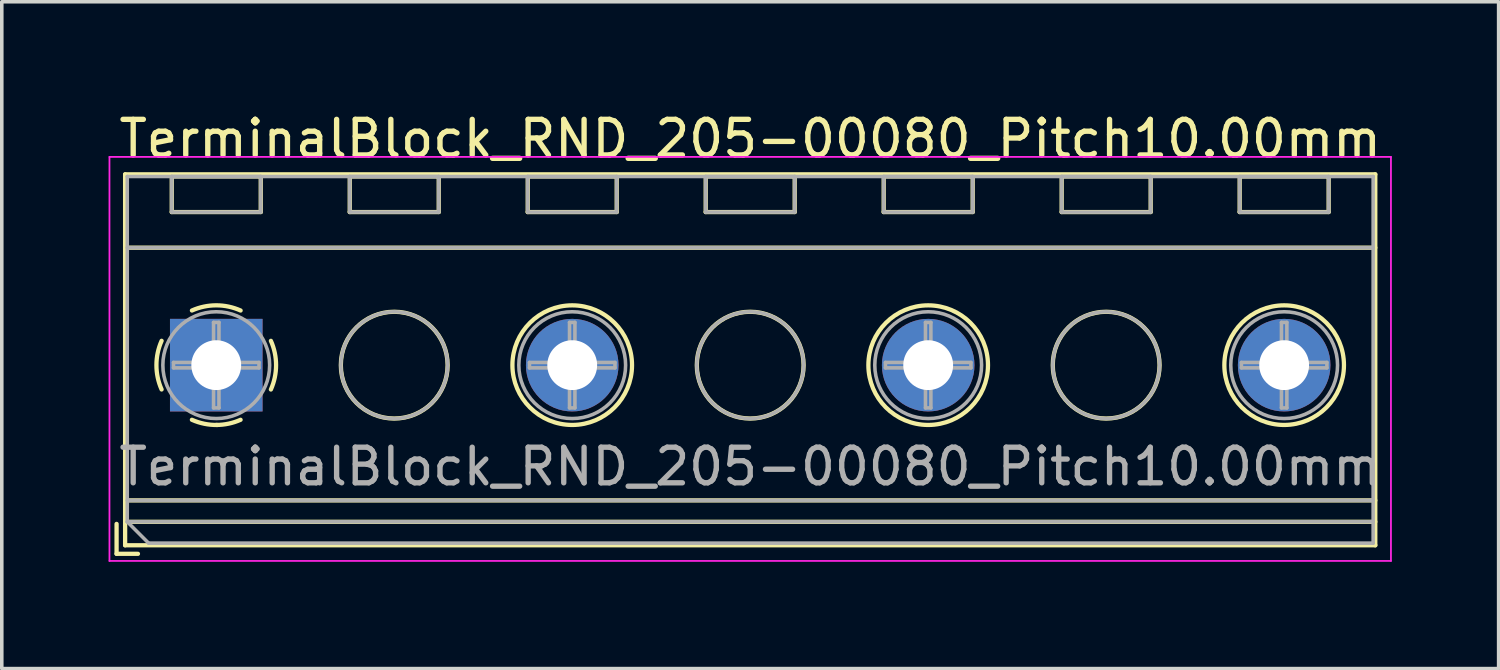
<source format=kicad_pcb>
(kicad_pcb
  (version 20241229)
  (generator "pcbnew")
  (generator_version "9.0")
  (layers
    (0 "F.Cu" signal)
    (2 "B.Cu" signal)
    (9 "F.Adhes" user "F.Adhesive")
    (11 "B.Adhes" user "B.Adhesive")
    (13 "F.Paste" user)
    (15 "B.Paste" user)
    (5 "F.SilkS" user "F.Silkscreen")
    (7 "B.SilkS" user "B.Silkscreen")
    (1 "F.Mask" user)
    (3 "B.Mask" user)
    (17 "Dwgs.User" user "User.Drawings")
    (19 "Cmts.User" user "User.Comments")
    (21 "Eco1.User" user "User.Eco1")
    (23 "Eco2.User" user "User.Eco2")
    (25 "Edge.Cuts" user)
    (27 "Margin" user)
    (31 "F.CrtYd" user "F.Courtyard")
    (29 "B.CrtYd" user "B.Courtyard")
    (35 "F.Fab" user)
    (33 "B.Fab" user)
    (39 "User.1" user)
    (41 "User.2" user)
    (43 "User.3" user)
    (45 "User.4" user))
  (footprint "TerminalBlock_RND_205-00080_Pitch10.00mm"
    (layer "F.Cu")
    (at 3.025 7.208)
    (property "Reference" "TerminalBlock_RND_205-00080_Pitch10.00mm" (at 15 -6.36 0) (layer "F.SilkS") (effects (font (size 1 1) (thickness 0.15))))
    (attr through_hole)
    (fp_line (start -2.8 4.46) (end -2.8 5.3) (stroke (width 0.12) (type solid)) (layer "F.SilkS"))
    (fp_line (start -2.8 5.3) (end -2.2 5.3) (stroke (width 0.12) (type solid)) (layer "F.SilkS"))
    (fp_line (start -2.56 -5.36) (end -2.56 5.06) (stroke (width 0.12) (type solid)) (layer "F.SilkS"))
    (fp_line (start -2.56 -3.3) (end 32.56 -3.3) (stroke (width 0.12) (type solid)) (layer "F.SilkS"))
    (fp_line (start -2.56 3.8) (end 32.56 3.8) (stroke (width 0.12) (type solid)) (layer "F.SilkS"))
    (fp_line (start -2.56 4.4) (end 32.56 4.4) (stroke (width 0.12) (type solid)) (layer "F.SilkS"))
    (fp_line (start -2.56 5.06) (end 32.56 5.06) (stroke (width 0.12) (type solid)) (layer "F.SilkS"))
    (fp_line (start -1.25 -5.301) (end -1.25 -4.301) (stroke (width 0.12) (type solid)) (layer "F.SilkS"))
    (fp_line (start -1.25 -5.301) (end 1.25 -5.301) (stroke (width 0.12) (type solid)) (layer "F.SilkS"))
    (fp_line (start -1.25 -4.301) (end 1.25 -4.301) (stroke (width 0.12) (type solid)) (layer "F.SilkS"))
    (fp_line (start 1.25 -5.301) (end 1.25 -4.301) (stroke (width 0.12) (type solid)) (layer "F.SilkS"))
    (fp_line (start 3.75 -5.301) (end 3.75 -4.301) (stroke (width 0.12) (type solid)) (layer "F.SilkS"))
    (fp_line (start 3.75 -5.301) (end 6.25 -5.301) (stroke (width 0.12) (type solid)) (layer "F.SilkS"))
    (fp_line (start 3.75 -4.301) (end 6.25 -4.301) (stroke (width 0.12) (type solid)) (layer "F.SilkS"))
    (fp_line (start 6.25 -5.301) (end 6.25 -4.301) (stroke (width 0.12) (type solid)) (layer "F.SilkS"))
    (fp_line (start 8.75 -5.301) (end 8.75 -4.301) (stroke (width 0.12) (type solid)) (layer "F.SilkS"))
    (fp_line (start 8.75 -5.301) (end 11.25 -5.301) (stroke (width 0.12) (type solid)) (layer "F.SilkS"))
    (fp_line (start 8.75 -4.301) (end 11.25 -4.301) (stroke (width 0.12) (type solid)) (layer "F.SilkS"))
    (fp_line (start 11.25 -5.301) (end 11.25 -4.301) (stroke (width 0.12) (type solid)) (layer "F.SilkS"))
    (fp_line (start 13.75 -5.301) (end 13.75 -4.301) (stroke (width 0.12) (type solid)) (layer "F.SilkS"))
    (fp_line (start 13.75 -5.301) (end 16.25 -5.301) (stroke (width 0.12) (type solid)) (layer "F.SilkS"))
    (fp_line (start 13.75 -4.301) (end 16.25 -4.301) (stroke (width 0.12) (type solid)) (layer "F.SilkS"))
    (fp_line (start 16.25 -5.301) (end 16.25 -4.301) (stroke (width 0.12) (type solid)) (layer "F.SilkS"))
    (fp_line (start 18.75 -5.301) (end 18.75 -4.301) (stroke (width 0.12) (type solid)) (layer "F.SilkS"))
    (fp_line (start 18.75 -5.301) (end 21.25 -5.301) (stroke (width 0.12) (type solid)) (layer "F.SilkS"))
    (fp_line (start 18.75 -4.301) (end 21.25 -4.301) (stroke (width 0.12) (type solid)) (layer "F.SilkS"))
    (fp_line (start 21.25 -5.301) (end 21.25 -4.301) (stroke (width 0.12) (type solid)) (layer "F.SilkS"))
    (fp_line (start 23.75 -5.301) (end 23.75 -4.301) (stroke (width 0.12) (type solid)) (layer "F.SilkS"))
    (fp_line (start 23.75 -5.301) (end 26.25 -5.301) (stroke (width 0.12) (type solid)) (layer "F.SilkS"))
    (fp_line (start 23.75 -4.301) (end 26.25 -4.301) (stroke (width 0.12) (type solid)) (layer "F.SilkS"))
    (fp_line (start 26.25 -5.301) (end 26.25 -4.301) (stroke (width 0.12) (type solid)) (layer "F.SilkS"))
    (fp_line (start 28.75 -5.301) (end 28.75 -4.301) (stroke (width 0.12) (type solid)) (layer "F.SilkS"))
    (fp_line (start 28.75 -5.301) (end 31.25 -5.301) (stroke (width 0.12) (type solid)) (layer "F.SilkS"))
    (fp_line (start 28.75 -4.301) (end 31.25 -4.301) (stroke (width 0.12) (type solid)) (layer "F.SilkS"))
    (fp_line (start 31.25 -5.301) (end 31.25 -4.301) (stroke (width 0.12) (type solid)) (layer "F.SilkS"))
    (fp_line (start 32.56 -5.36) (end -2.56 -5.36) (stroke (width 0.12) (type solid)) (layer "F.SilkS"))
    (fp_line (start 32.56 5.06) (end 32.56 -5.36) (stroke (width 0.12) (type solid)) (layer "F.SilkS"))
    (fp_arc (start -1.535427 0.683042) (mid -1.680501 -0.000524) (end -1.535 -0.684) (stroke (width 0.12) (type solid)) (layer "F.SilkS"))
    (fp_arc (start -0.683042 -1.535427) (mid 0.000524 -1.680501) (end 0.684 -1.535) (stroke (width 0.12) (type solid)) (layer "F.SilkS"))
    (fp_arc (start 0.028805 1.680253) (mid -0.335551 1.646659) (end -0.684 1.535) (stroke (width 0.12) (type solid)) (layer "F.SilkS"))
    (fp_arc (start 0.683318 1.534756) (mid 0.349292 1.643288) (end 0 1.68) (stroke (width 0.12) (type solid)) (layer "F.SilkS"))
    (fp_arc (start 1.535427 -0.683042) (mid 1.680501 0.000524) (end 1.535 0.684) (stroke (width 0.12) (type solid)) (layer "F.SilkS"))
    (fp_circle (center 5 0) (end 6.5 0) (stroke (width 0.12) (type solid)) (fill no) (layer "F.SilkS"))
    (fp_circle (center 10 0) (end 11.68 0) (stroke (width 0.12) (type solid)) (fill no) (layer "F.SilkS"))
    (fp_circle (center 15 0) (end 16.5 0) (stroke (width 0.12) (type solid)) (fill no) (layer "F.SilkS"))
    (fp_circle (center 20 0) (end 21.68 0) (stroke (width 0.12) (type solid)) (fill no) (layer "F.SilkS"))
    (fp_circle (center 25 0) (end 26.5 0) (stroke (width 0.12) (type solid)) (fill no) (layer "F.SilkS"))
    (fp_circle (center 30 0) (end 31.68 0) (stroke (width 0.12) (type solid)) (fill no) (layer "F.SilkS"))
    (fp_line (start -3 -5.85) (end -3 5.5) (stroke (width 0.05) (type solid)) (layer "F.CrtYd"))
    (fp_line (start -3 5.5) (end 33 5.5) (stroke (width 0.05) (type solid)) (layer "F.CrtYd"))
    (fp_line (start 33 -5.85) (end -3 -5.85) (stroke (width 0.05) (type solid)) (layer "F.CrtYd"))
    (fp_line (start 33 5.5) (end 33 -5.85) (stroke (width 0.05) (type solid)) (layer "F.CrtYd"))
    (fp_line (start -2.5 -5.3) (end 32.5 -5.3) (stroke (width 0.1) (type solid)) (layer "F.Fab"))
    (fp_line (start -2.5 -3.3) (end 32.5 -3.3) (stroke (width 0.1) (type solid)) (layer "F.Fab"))
    (fp_line (start -2.5 3.8) (end 32.5 3.8) (stroke (width 0.1) (type solid)) (layer "F.Fab"))
    (fp_line (start -2.5 4.4) (end -2.5 -5.3) (stroke (width 0.1) (type solid)) (layer "F.Fab"))
    (fp_line (start -2.5 4.4) (end 32.5 4.4) (stroke (width 0.1) (type solid)) (layer "F.Fab"))
    (fp_line (start -1.9 5) (end -2.5 4.4) (stroke (width 0.1) (type solid)) (layer "F.Fab"))
    (fp_line (start -1.25 -5.3) (end -1.25 -4.3) (stroke (width 0.1) (type solid)) (layer "F.Fab"))
    (fp_line (start -1.25 -4.3) (end 1.25 -4.3) (stroke (width 0.1) (type solid)) (layer "F.Fab"))
    (fp_line (start -1.201 -0.076) (end -0.076 -0.076) (stroke (width 0.1) (type solid)) (layer "F.Fab"))
    (fp_line (start -1.201 0.076) (end -1.201 -0.076) (stroke (width 0.1) (type solid)) (layer "F.Fab"))
    (fp_line (start -0.076 -1.201) (end 0.076 -1.201) (stroke (width 0.1) (type solid)) (layer "F.Fab"))
    (fp_line (start -0.076 -0.076) (end -0.076 -1.201) (stroke (width 0.1) (type solid)) (layer "F.Fab"))
    (fp_line (start -0.076 0.076) (end -1.201 0.076) (stroke (width 0.1) (type solid)) (layer "F.Fab"))
    (fp_line (start -0.076 1.201) (end -0.076 0.076) (stroke (width 0.1) (type solid)) (layer "F.Fab"))
    (fp_line (start 0.076 -1.201) (end 0.076 -0.076) (stroke (width 0.1) (type solid)) (layer "F.Fab"))
    (fp_line (start 0.076 -0.076) (end 1.201 -0.076) (stroke (width 0.1) (type solid)) (layer "F.Fab"))
    (fp_line (start 0.076 0.076) (end 0.076 1.201) (stroke (width 0.1) (type solid)) (layer "F.Fab"))
    (fp_line (start 0.076 1.201) (end -0.076 1.201) (stroke (width 0.1) (type solid)) (layer "F.Fab"))
    (fp_line (start 1.201 -0.076) (end 1.201 0.076) (stroke (width 0.1) (type solid)) (layer "F.Fab"))
    (fp_line (start 1.201 0.076) (end 0.076 0.076) (stroke (width 0.1) (type solid)) (layer "F.Fab"))
    (fp_line (start 1.25 -5.3) (end -1.25 -5.3) (stroke (width 0.1) (type solid)) (layer "F.Fab"))
    (fp_line (start 1.25 -4.3) (end 1.25 -5.3) (stroke (width 0.1) (type solid)) (layer "F.Fab"))
    (fp_line (start 3.75 -5.3) (end 3.75 -4.3) (stroke (width 0.1) (type solid)) (layer "F.Fab"))
    (fp_line (start 3.75 -4.3) (end 6.25 -4.3) (stroke (width 0.1) (type solid)) (layer "F.Fab"))
    (fp_line (start 6.25 -5.3) (end 3.75 -5.3) (stroke (width 0.1) (type solid)) (layer "F.Fab"))
    (fp_line (start 6.25 -4.3) (end 6.25 -5.3) (stroke (width 0.1) (type solid)) (layer "F.Fab"))
    (fp_line (start 8.75 -5.3) (end 8.75 -4.3) (stroke (width 0.1) (type solid)) (layer "F.Fab"))
    (fp_line (start 8.75 -4.3) (end 11.25 -4.3) (stroke (width 0.1) (type solid)) (layer "F.Fab"))
    (fp_line (start 8.799 -0.076) (end 9.924 -0.076) (stroke (width 0.1) (type solid)) (layer "F.Fab"))
    (fp_line (start 8.799 0.076) (end 8.799 -0.076) (stroke (width 0.1) (type solid)) (layer "F.Fab"))
    (fp_line (start 9.924 -1.201) (end 10.076 -1.201) (stroke (width 0.1) (type solid)) (layer "F.Fab"))
    (fp_line (start 9.924 -0.076) (end 9.924 -1.201) (stroke (width 0.1) (type solid)) (layer "F.Fab"))
    (fp_line (start 9.924 0.076) (end 8.799 0.076) (stroke (width 0.1) (type solid)) (layer "F.Fab"))
    (fp_line (start 9.924 1.201) (end 9.924 0.076) (stroke (width 0.1) (type solid)) (layer "F.Fab"))
    (fp_line (start 10.076 -1.201) (end 10.076 -0.076) (stroke (width 0.1) (type solid)) (layer "F.Fab"))
    (fp_line (start 10.076 -0.076) (end 11.201 -0.076) (stroke (width 0.1) (type solid)) (layer "F.Fab"))
    (fp_line (start 10.076 0.076) (end 10.076 1.201) (stroke (width 0.1) (type solid)) (layer "F.Fab"))
    (fp_line (start 10.076 1.201) (end 9.924 1.201) (stroke (width 0.1) (type solid)) (layer "F.Fab"))
    (fp_line (start 11.201 -0.076) (end 11.201 0.076) (stroke (width 0.1) (type solid)) (layer "F.Fab"))
    (fp_line (start 11.201 0.076) (end 10.076 0.076) (stroke (width 0.1) (type solid)) (layer "F.Fab"))
    (fp_line (start 11.25 -5.3) (end 8.75 -5.3) (stroke (width 0.1) (type solid)) (layer "F.Fab"))
    (fp_line (start 11.25 -4.3) (end 11.25 -5.3) (stroke (width 0.1) (type solid)) (layer "F.Fab"))
    (fp_line (start 13.75 -5.3) (end 13.75 -4.3) (stroke (width 0.1) (type solid)) (layer "F.Fab"))
    (fp_line (start 13.75 -4.3) (end 16.25 -4.3) (stroke (width 0.1) (type solid)) (layer "F.Fab"))
    (fp_line (start 16.25 -5.3) (end 13.75 -5.3) (stroke (width 0.1) (type solid)) (layer "F.Fab"))
    (fp_line (start 16.25 -4.3) (end 16.25 -5.3) (stroke (width 0.1) (type solid)) (layer "F.Fab"))
    (fp_line (start 18.75 -5.3) (end 18.75 -4.3) (stroke (width 0.1) (type solid)) (layer "F.Fab"))
    (fp_line (start 18.75 -4.3) (end 21.25 -4.3) (stroke (width 0.1) (type solid)) (layer "F.Fab"))
    (fp_line (start 18.799 -0.076) (end 19.924 -0.076) (stroke (width 0.1) (type solid)) (layer "F.Fab"))
    (fp_line (start 18.799 0.076) (end 18.799 -0.076) (stroke (width 0.1) (type solid)) (layer "F.Fab"))
    (fp_line (start 19.924 -1.201) (end 20.076 -1.201) (stroke (width 0.1) (type solid)) (layer "F.Fab"))
    (fp_line (start 19.924 -0.076) (end 19.924 -1.201) (stroke (width 0.1) (type solid)) (layer "F.Fab"))
    (fp_line (start 19.924 0.076) (end 18.799 0.076) (stroke (width 0.1) (type solid)) (layer "F.Fab"))
    (fp_line (start 19.924 1.201) (end 19.924 0.076) (stroke (width 0.1) (type solid)) (layer "F.Fab"))
    (fp_line (start 20.076 -1.201) (end 20.076 -0.076) (stroke (width 0.1) (type solid)) (layer "F.Fab"))
    (fp_line (start 20.076 -0.076) (end 21.201 -0.076) (stroke (width 0.1) (type solid)) (layer "F.Fab"))
    (fp_line (start 20.076 0.076) (end 20.076 1.201) (stroke (width 0.1) (type solid)) (layer "F.Fab"))
    (fp_line (start 20.076 1.201) (end 19.924 1.201) (stroke (width 0.1) (type solid)) (layer "F.Fab"))
    (fp_line (start 21.201 -0.076) (end 21.201 0.076) (stroke (width 0.1) (type solid)) (layer "F.Fab"))
    (fp_line (start 21.201 0.076) (end 20.076 0.076) (stroke (width 0.1) (type solid)) (layer "F.Fab"))
    (fp_line (start 21.25 -5.3) (end 18.75 -5.3) (stroke (width 0.1) (type solid)) (layer "F.Fab"))
    (fp_line (start 21.25 -4.3) (end 21.25 -5.3) (stroke (width 0.1) (type solid)) (layer "F.Fab"))
    (fp_line (start 23.75 -5.3) (end 23.75 -4.3) (stroke (width 0.1) (type solid)) (layer "F.Fab"))
    (fp_line (start 23.75 -4.3) (end 26.25 -4.3) (stroke (width 0.1) (type solid)) (layer "F.Fab"))
    (fp_line (start 26.25 -5.3) (end 23.75 -5.3) (stroke (width 0.1) (type solid)) (layer "F.Fab"))
    (fp_line (start 26.25 -4.3) (end 26.25 -5.3) (stroke (width 0.1) (type solid)) (layer "F.Fab"))
    (fp_line (start 28.75 -5.3) (end 28.75 -4.3) (stroke (width 0.1) (type solid)) (layer "F.Fab"))
    (fp_line (start 28.75 -4.3) (end 31.25 -4.3) (stroke (width 0.1) (type solid)) (layer "F.Fab"))
    (fp_line (start 28.799 -0.076) (end 29.924 -0.076) (stroke (width 0.1) (type solid)) (layer "F.Fab"))
    (fp_line (start 28.799 0.076) (end 28.799 -0.076) (stroke (width 0.1) (type solid)) (layer "F.Fab"))
    (fp_line (start 29.924 -1.201) (end 30.076 -1.201) (stroke (width 0.1) (type solid)) (layer "F.Fab"))
    (fp_line (start 29.924 -0.076) (end 29.924 -1.201) (stroke (width 0.1) (type solid)) (layer "F.Fab"))
    (fp_line (start 29.924 0.076) (end 28.799 0.076) (stroke (width 0.1) (type solid)) (layer "F.Fab"))
    (fp_line (start 29.924 1.201) (end 29.924 0.076) (stroke (width 0.1) (type solid)) (layer "F.Fab"))
    (fp_line (start 30.076 -1.201) (end 30.076 -0.076) (stroke (width 0.1) (type solid)) (layer "F.Fab"))
    (fp_line (start 30.076 -0.076) (end 31.201 -0.076) (stroke (width 0.1) (type solid)) (layer "F.Fab"))
    (fp_line (start 30.076 0.076) (end 30.076 1.201) (stroke (width 0.1) (type solid)) (layer "F.Fab"))
    (fp_line (start 30.076 1.201) (end 29.924 1.201) (stroke (width 0.1) (type solid)) (layer "F.Fab"))
    (fp_line (start 31.201 -0.076) (end 31.201 0.076) (stroke (width 0.1) (type solid)) (layer "F.Fab"))
    (fp_line (start 31.201 0.076) (end 30.076 0.076) (stroke (width 0.1) (type solid)) (layer "F.Fab"))
    (fp_line (start 31.25 -5.3) (end 28.75 -5.3) (stroke (width 0.1) (type solid)) (layer "F.Fab"))
    (fp_line (start 31.25 -4.3) (end 31.25 -5.3) (stroke (width 0.1) (type solid)) (layer "F.Fab"))
    (fp_line (start 32.5 -5.3) (end 32.5 5) (stroke (width 0.1) (type solid)) (layer "F.Fab"))
    (fp_line (start 32.5 5) (end -1.9 5) (stroke (width 0.1) (type solid)) (layer "F.Fab"))
    (fp_circle (center 0 0) (end 1.5 0) (stroke (width 0.1) (type solid)) (fill no) (layer "F.Fab"))
    (fp_circle (center 5 0) (end 6.5 0) (stroke (width 0.1) (type solid)) (fill no) (layer "F.Fab"))
    (fp_circle (center 10 0) (end 11.5 0) (stroke (width 0.1) (type solid)) (fill no) (layer "F.Fab"))
    (fp_circle (center 15 0) (end 16.5 0) (stroke (width 0.1) (type solid)) (fill no) (layer "F.Fab"))
    (fp_circle (center 20 0) (end 21.5 0) (stroke (width 0.1) (type solid)) (fill no) (layer "F.Fab"))
    (fp_circle (center 25 0) (end 26.5 0) (stroke (width 0.1) (type solid)) (fill no) (layer "F.Fab"))
    (fp_circle (center 30 0) (end 31.5 0) (stroke (width 0.1) (type solid)) (fill no) (layer "F.Fab"))
    (fp_text user "${REFERENCE}" (at 15 2.85 0) (layer "F.Fab") (effects (font (size 1 1) (thickness 0.15))))
    (pad "1" thru_hole rect (at 0 0) (size 2.6 2.6) (drill 1.4) (layers "*.Cu" "*.Mask"))
    (pad "2" thru_hole oval (at 10 0) (size 2.6 2.6) (drill 1.4) (layers "*.Cu" "*.Mask"))
    (pad "3" thru_hole oval (at 20 0) (size 2.6 2.6) (drill 1.4) (layers "*.Cu" "*.Mask"))
    (pad "4" thru_hole oval (at 30 0) (size 2.6 2.6) (drill 1.4) (layers "*.Cu" "*.Mask")))
  (gr_rect
    (start -3 -3)
    (end 39.05 15.733)
    (stroke (width 0.1) (type default))
    (fill no)
    (layer "Edge.Cuts")))
</source>
